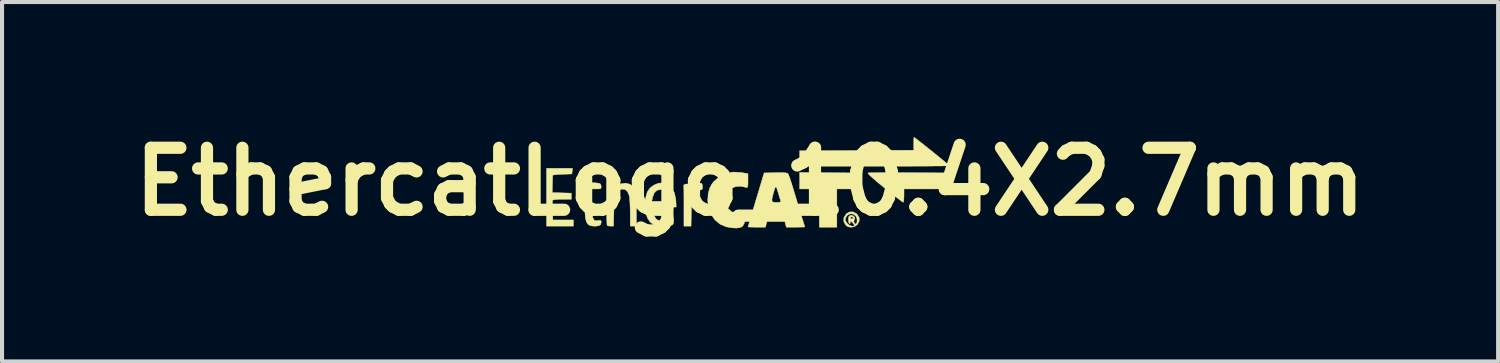
<source format=kicad_pcb>
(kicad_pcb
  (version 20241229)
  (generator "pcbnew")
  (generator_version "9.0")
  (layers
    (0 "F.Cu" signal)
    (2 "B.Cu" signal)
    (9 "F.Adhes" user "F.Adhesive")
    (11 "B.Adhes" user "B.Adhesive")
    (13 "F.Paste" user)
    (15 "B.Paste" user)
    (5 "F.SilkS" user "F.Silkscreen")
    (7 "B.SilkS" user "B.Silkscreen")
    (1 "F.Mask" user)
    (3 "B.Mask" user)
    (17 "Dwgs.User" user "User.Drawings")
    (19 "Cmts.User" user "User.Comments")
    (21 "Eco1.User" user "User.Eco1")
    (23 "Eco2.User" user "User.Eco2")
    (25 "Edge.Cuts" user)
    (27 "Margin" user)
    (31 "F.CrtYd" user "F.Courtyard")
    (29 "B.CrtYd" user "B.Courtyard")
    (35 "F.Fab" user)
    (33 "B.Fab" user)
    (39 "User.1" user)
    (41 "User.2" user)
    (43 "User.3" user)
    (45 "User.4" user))
  (footprint "EthercatLogo_10.4X2.7mm"
    (layer "F.Cu")
    (at 15.392 1.418)
    (property "Reference" "EthercatLogo_10.4X2.7mm" (at 0 0 0) (layer "F.SilkS") (effects (font (size 1.524 1.524) (thickness 0.3))))
    (attr through_hole)
    (fp_poly (pts (xy 1.911 -0.223) (xy 2.603 -0.216) (xy 2.618 0.178) (xy 2.134 0.178) (xy 2.134 1.118) (xy 1.702 1.118) (xy 1.702 0.178) (xy 1.219 0.178) (xy 1.219 -0.229) (xy 1.911 -0.223)) (stroke (width 0.01) (type solid)) (fill yes) (layer "F.SilkS"))
    (fp_poly (pts (xy 3.657 -0.224) (xy 3.875 -0.223) (xy 3.937 -0.223) (xy 4.94 -0.216) (xy 4.955 0.178) (xy 3.785 0.178) (xy 3.785 0.343) (xy 3.782 0.427) (xy 3.775 0.486) (xy 3.766 0.507) (xy 3.741 0.491) (xy 3.683 0.448) (xy 3.597 0.382) (xy 3.49 0.298) (xy 3.366 0.2) (xy 3.305 0.151) (xy 3.159 0.033) (xy 3.043 -0.066) (xy 2.958 -0.142) (xy 2.909 -0.192) (xy 2.898 -0.215) (xy 2.899 -0.216) (xy 2.931 -0.219) (xy 3.009 -0.221) (xy 3.126 -0.223) (xy 3.277 -0.224) (xy 3.455 -0.224) (xy 3.657 -0.224)) (stroke (width 0.01) (type solid)) (fill yes) (layer "F.SilkS"))
    (fp_poly (pts (xy 4.055 -1.077) (xy 4.11 -1.035) (xy 4.19 -0.973) (xy 4.289 -0.895) (xy 4.398 -0.808) (xy 4.512 -0.716) (xy 4.623 -0.627) (xy 4.724 -0.544) (xy 4.809 -0.474) (xy 4.87 -0.423) (xy 4.9 -0.395) (xy 4.902 -0.392) (xy 4.877 -0.39) (xy 4.806 -0.389) (xy 4.692 -0.387) (xy 4.538 -0.386) (xy 4.35 -0.384) (xy 4.132 -0.383) (xy 3.886 -0.382) (xy 3.617 -0.382) (xy 3.33 -0.381) (xy 3.061 -0.381) (xy 1.219 -0.381) (xy 1.219 -0.762) (xy 4.026 -0.775) (xy 4.023 -0.933) (xy 4.024 -1.016) (xy 4.027 -1.073) (xy 4.032 -1.092) (xy 4.055 -1.077)) (stroke (width 0.01) (type solid)) (fill yes) (layer "F.SilkS"))
    (fp_poly (pts (xy -4.373 -0.26) (xy -4.381 -0.191) (xy -4.616 -0.183) (xy -4.719 -0.178) (xy -4.799 -0.171) (xy -4.845 -0.162) (xy -4.853 -0.158) (xy -4.854 -0.125) (xy -4.856 -0.056) (xy -4.858 0.038) (xy -4.859 0.064) (xy -4.864 0.267) (xy -4.394 0.281) (xy -4.394 0.432) (xy -4.621 0.432) (xy -4.722 0.434) (xy -4.802 0.441) (xy -4.849 0.451) (xy -4.856 0.457) (xy -4.859 0.492) (xy -4.859 0.565) (xy -4.857 0.662) (xy -4.856 0.711) (xy -4.848 0.94) (xy -4.343 0.94) (xy -4.343 1.092) (xy -5.004 1.092) (xy -5.004 -0.33) (xy -4.685 -0.33) (xy -4.365 -0.33) (xy -4.373 -0.26)) (stroke (width 0.01) (type solid)) (fill yes) (layer "F.SilkS"))
    (fp_poly (pts (xy -1.192 0.039) (xy -1.175 0.073) (xy -1.168 0.128) (xy -1.175 0.182) (xy -1.206 0.201) (xy -1.24 0.203) (xy -1.319 0.226) (xy -1.374 0.269) (xy -1.397 0.297) (xy -1.414 0.328) (xy -1.426 0.37) (xy -1.434 0.434) (xy -1.438 0.527) (xy -1.442 0.66) (xy -1.443 0.713) (xy -1.451 1.092) (xy -1.626 1.092) (xy -1.626 0.597) (xy -1.626 0.443) (xy -1.627 0.307) (xy -1.628 0.196) (xy -1.63 0.119) (xy -1.632 0.084) (xy -1.632 0.083) (xy -1.614 0.068) (xy -1.563 0.056) (xy -1.556 0.056) (xy -1.499 0.055) (xy -1.477 0.075) (xy -1.473 0.117) (xy -1.473 0.187) (xy -1.416 0.133) (xy -1.352 0.086) (xy -1.281 0.051) (xy -1.22 0.035) (xy -1.192 0.039)) (stroke (width 0.01) (type solid)) (fill yes) (layer "F.SilkS"))
    (fp_poly (pts (xy -3.353 0.156) (xy -3.281 0.105) (xy -3.168 0.049) (xy -3.054 0.035) (xy -2.95 0.063) (xy -2.865 0.13) (xy -2.843 0.161) (xy -2.825 0.197) (xy -2.812 0.239) (xy -2.803 0.297) (xy -2.797 0.379) (xy -2.795 0.494) (xy -2.794 0.65) (xy -2.794 0.667) (xy -2.794 1.092) (xy -2.946 1.092) (xy -2.947 0.768) (xy -2.949 0.635) (xy -2.954 0.51) (xy -2.962 0.408) (xy -2.971 0.344) (xy -2.971 0.344) (xy -3.012 0.245) (xy -3.075 0.19) (xy -3.154 0.18) (xy -3.242 0.218) (xy -3.269 0.239) (xy -3.34 0.3) (xy -3.348 0.696) (xy -3.356 1.092) (xy -3.427 1.092) (xy -3.484 1.087) (xy -3.514 1.075) (xy -3.518 1.046) (xy -3.522 0.973) (xy -3.526 0.863) (xy -3.528 0.722) (xy -3.53 0.557) (xy -3.531 0.375) (xy -3.531 0.364) (xy -3.531 -0.33) (xy -3.353 -0.33) (xy -3.353 0.156)) (stroke (width 0.01) (type solid)) (fill yes) (layer "F.SilkS"))
    (fp_poly (pts (xy -3.886 0.022) (xy -3.778 0.03) (xy -3.709 0.039) (xy -3.676 0.059) (xy -3.663 0.099) (xy -3.662 0.108) (xy -3.661 0.151) (xy -3.677 0.171) (xy -3.725 0.177) (xy -3.77 0.178) (xy -3.886 0.178) (xy -3.886 0.532) (xy -3.884 0.694) (xy -3.878 0.811) (xy -3.864 0.89) (xy -3.84 0.937) (xy -3.805 0.957) (xy -3.756 0.957) (xy -3.731 0.952) (xy -3.675 0.95) (xy -3.656 0.981) (xy -3.671 1.047) (xy -3.673 1.052) (xy -3.707 1.077) (xy -3.772 1.091) (xy -3.85 1.092) (xy -3.923 1.081) (xy -3.969 1.06) (xy -4.005 1.022) (xy -4.031 0.965) (xy -4.049 0.883) (xy -4.059 0.767) (xy -4.064 0.611) (xy -4.064 0.532) (xy -4.064 0.178) (xy -4.14 0.178) (xy -4.194 0.172) (xy -4.214 0.142) (xy -4.216 0.102) (xy -4.21 0.048) (xy -4.18 0.028) (xy -4.14 0.025) (xy -4.064 0.025) (xy -4.064 -0.33) (xy -3.886 -0.33) (xy -3.886 0.022)) (stroke (width 0.01) (type solid)) (fill yes) (layer "F.SilkS"))
    (fp_poly (pts (xy -0.22 -0.227) (xy -0.214 -0.226) (xy -0.051 -0.198) (xy -0.051 -0.02) (xy -0.052 0.073) (xy -0.058 0.124) (xy -0.071 0.144) (xy -0.093 0.142) (xy -0.094 0.141) (xy -0.224 0.112) (xy -0.348 0.119) (xy -0.456 0.16) (xy -0.537 0.232) (xy -0.558 0.267) (xy -0.583 0.356) (xy -0.589 0.465) (xy -0.577 0.571) (xy -0.546 0.651) (xy -0.546 0.652) (xy -0.464 0.733) (xy -0.354 0.775) (xy -0.224 0.775) (xy -0.203 0.771) (xy -0.131 0.76) (xy -0.085 0.761) (xy -0.076 0.767) (xy -0.083 0.801) (xy -0.099 0.868) (xy -0.119 0.943) (xy -0.15 1.037) (xy -0.182 1.092) (xy -0.222 1.12) (xy -0.222 1.12) (xy -0.327 1.14) (xy -0.461 1.133) (xy -0.589 1.108) (xy -0.741 1.042) (xy -0.867 0.936) (xy -0.962 0.798) (xy -1.022 0.634) (xy -1.041 0.46) (xy -1.03 0.293) (xy -0.994 0.158) (xy -0.929 0.041) (xy -0.895 -0.001) (xy -0.759 -0.123) (xy -0.597 -0.202) (xy -0.416 -0.238) (xy -0.22 -0.227)) (stroke (width 0.01) (type solid)) (fill yes) (layer "F.SilkS"))
    (fp_poly (pts (xy -2.07 0.058) (xy -2.031 0.077) (xy -1.93 0.156) (xy -1.861 0.273) (xy -1.826 0.427) (xy -1.823 0.474) (xy -1.816 0.622) (xy -2.418 0.637) (xy -2.402 0.706) (xy -2.364 0.828) (xy -2.317 0.907) (xy -2.281 0.937) (xy -2.202 0.963) (xy -2.099 0.967) (xy -1.995 0.949) (xy -1.973 0.941) (xy -1.913 0.92) (xy -1.886 0.923) (xy -1.88 0.957) (xy -1.88 0.988) (xy -1.885 1.034) (xy -1.911 1.062) (xy -1.97 1.083) (xy -1.992 1.089) (xy -2.119 1.113) (xy -2.221 1.111) (xy -2.319 1.081) (xy -2.355 1.065) (xy -2.453 0.996) (xy -2.521 0.898) (xy -2.562 0.766) (xy -2.577 0.595) (xy -2.578 0.559) (xy -2.572 0.483) (xy -2.417 0.483) (xy -1.977 0.483) (xy -1.994 0.4) (xy -2.033 0.287) (xy -2.096 0.217) (xy -2.184 0.191) (xy -2.197 0.191) (xy -2.288 0.211) (xy -2.355 0.275) (xy -2.397 0.383) (xy -2.4 0.4) (xy -2.417 0.483) (xy -2.572 0.483) (xy -2.566 0.388) (xy -2.529 0.257) (xy -2.465 0.158) (xy -2.37 0.087) (xy -2.35 0.076) (xy -2.247 0.036) (xy -2.161 0.03) (xy -2.07 0.058)) (stroke (width 0.01) (type solid)) (fill yes) (layer "F.SilkS"))
    (fp_poly (pts (xy 2.613 0.784) (xy 2.63 0.799) (xy 2.682 0.88) (xy 2.684 0.966) (xy 2.64 1.051) (xy 2.575 1.1) (xy 2.492 1.12) (xy 2.411 1.109) (xy 2.357 1.073) (xy 2.307 0.989) (xy 2.303 0.905) (xy 2.303 0.904) (xy 2.343 0.904) (xy 2.345 0.956) (xy 2.384 1.018) (xy 2.389 1.025) (xy 2.435 1.064) (xy 2.49 1.089) (xy 2.538 1.095) (xy 2.564 1.078) (xy 2.565 1.071) (xy 2.548 1.039) (xy 2.515 1.003) (xy 2.478 0.973) (xy 2.465 0.977) (xy 2.464 1.004) (xy 2.456 1.035) (xy 2.437 1.024) (xy 2.42 0.982) (xy 2.417 0.917) (xy 2.417 0.913) (xy 2.423 0.889) (xy 2.464 0.889) (xy 2.484 0.912) (xy 2.502 0.914) (xy 2.536 0.901) (xy 2.54 0.889) (xy 2.519 0.866) (xy 2.502 0.864) (xy 2.468 0.877) (xy 2.464 0.889) (xy 2.423 0.889) (xy 2.431 0.853) (xy 2.463 0.828) (xy 2.484 0.825) (xy 2.537 0.838) (xy 2.571 0.874) (xy 2.574 0.916) (xy 2.563 0.932) (xy 2.551 0.97) (xy 2.562 1.016) (xy 2.589 1.041) (xy 2.593 1.041) (xy 2.62 1.02) (xy 2.632 0.969) (xy 2.627 0.905) (xy 2.606 0.851) (xy 2.547 0.799) (xy 2.474 0.787) (xy 2.405 0.814) (xy 2.376 0.844) (xy 2.343 0.904) (xy 2.303 0.904) (xy 2.313 0.872) (xy 2.367 0.788) (xy 2.443 0.744) (xy 2.529 0.741) (xy 2.613 0.784)) (stroke (width 0.01) (type solid)) (fill yes) (layer "F.SilkS"))
    (fp_poly (pts (xy 0.856 -0.221) (xy 0.911 -0.211) (xy 0.934 -0.197) (xy 0.95 -0.163) (xy 0.977 -0.089) (xy 1.012 0.017) (xy 1.053 0.147) (xy 1.089 0.267) (xy 1.137 0.425) (xy 1.184 0.584) (xy 1.228 0.729) (xy 1.264 0.847) (xy 1.281 0.902) (xy 1.311 0.995) (xy 1.333 1.067) (xy 1.345 1.107) (xy 1.346 1.111) (xy 1.322 1.114) (xy 1.26 1.116) (xy 1.169 1.117) (xy 1.119 1.118) (xy 0.891 1.118) (xy 0.863 1.01) (xy 0.844 0.936) (xy 0.828 0.881) (xy 0.825 0.87) (xy 0.793 0.85) (xy 0.714 0.84) (xy 0.635 0.838) (xy 0.523 0.843) (xy 0.46 0.856) (xy 0.445 0.87) (xy 0.432 0.913) (xy 0.414 0.983) (xy 0.407 1.01) (xy 0.379 1.118) (xy 0.164 1.118) (xy 0.067 1.117) (xy -0.008 1.115) (xy -0.047 1.112) (xy -0.051 1.111) (xy -0.044 1.086) (xy -0.024 1.019) (xy 0.007 0.916) (xy 0.046 0.783) (xy 0.093 0.626) (xy 0.144 0.453) (xy 0.147 0.445) (xy 0.148 0.442) (xy 0.537 0.442) (xy 0.542 0.483) (xy 0.569 0.502) (xy 0.62 0.508) (xy 0.65 0.508) (xy 0.722 0.505) (xy 0.753 0.493) (xy 0.752 0.469) (xy 0.738 0.424) (xy 0.715 0.349) (xy 0.696 0.285) (xy 0.666 0.185) (xy 0.644 0.133) (xy 0.626 0.128) (xy 0.607 0.168) (xy 0.582 0.253) (xy 0.581 0.256) (xy 0.55 0.369) (xy 0.537 0.442) (xy 0.148 0.442) (xy 0.345 -0.216) (xy 0.626 -0.223) (xy 0.763 -0.225) (xy 0.856 -0.221)) (stroke (width 0.01) (type solid)) (fill yes) (layer "F.SilkS")))
  (gr_rect
    (start -3 -3)
    (end 33.785 5.836)
    (stroke (width 0.1) (type default))
    (fill no)
    (layer "Edge.Cuts")))
</source>
